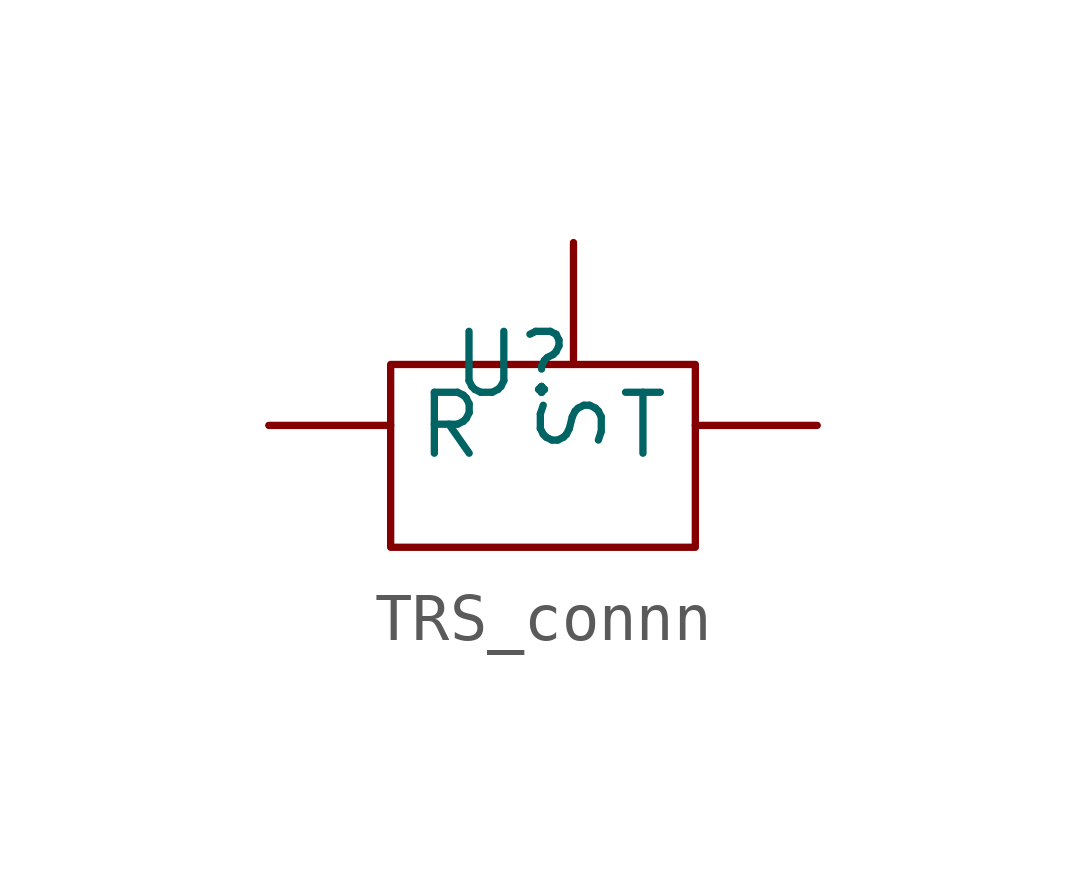
<source format=kicad_sym>
(kicad_symbol_lib
  (version 20241209)
  (generator "kicad_symbol_editor")
  (generator_version "9.0")
  (symbol "TRS_connn"
    (property "Reference" "U"
      (at 0 0 0)
      (effects (font (size 1.27 1.27))))
    (property "Value" ""
      (at 0 0 0)
      (effects (font (size 1.27 1.27))))
    (symbol "TRS_connn_0_0"
      (pin power_out line (at -5.08 -1.27 0) (length 2.54) (name "R" (effects (font (size 1.27 1.27)))) (number "" (effects (font (size 1.27 1.27)))))
      (pin passive line (at 1.27 2.54 270) (length 2.54) (name "S" (effects (font (size 1.27 1.27)))) (number "" (effects (font (size 1.27 1.27)))))
      (pin power_out line (at 6.35 -1.27 180) (length 2.54) (name "T" (effects (font (size 1.27 1.27)))) (number "" (effects (font (size 1.27 1.27))))))
    (symbol "TRS_connn_0_1"
      (rectangle (start -2.54 0) (end 3.81 -3.81) (stroke (width 0) (type default)) (fill (type none))))))
</source>
